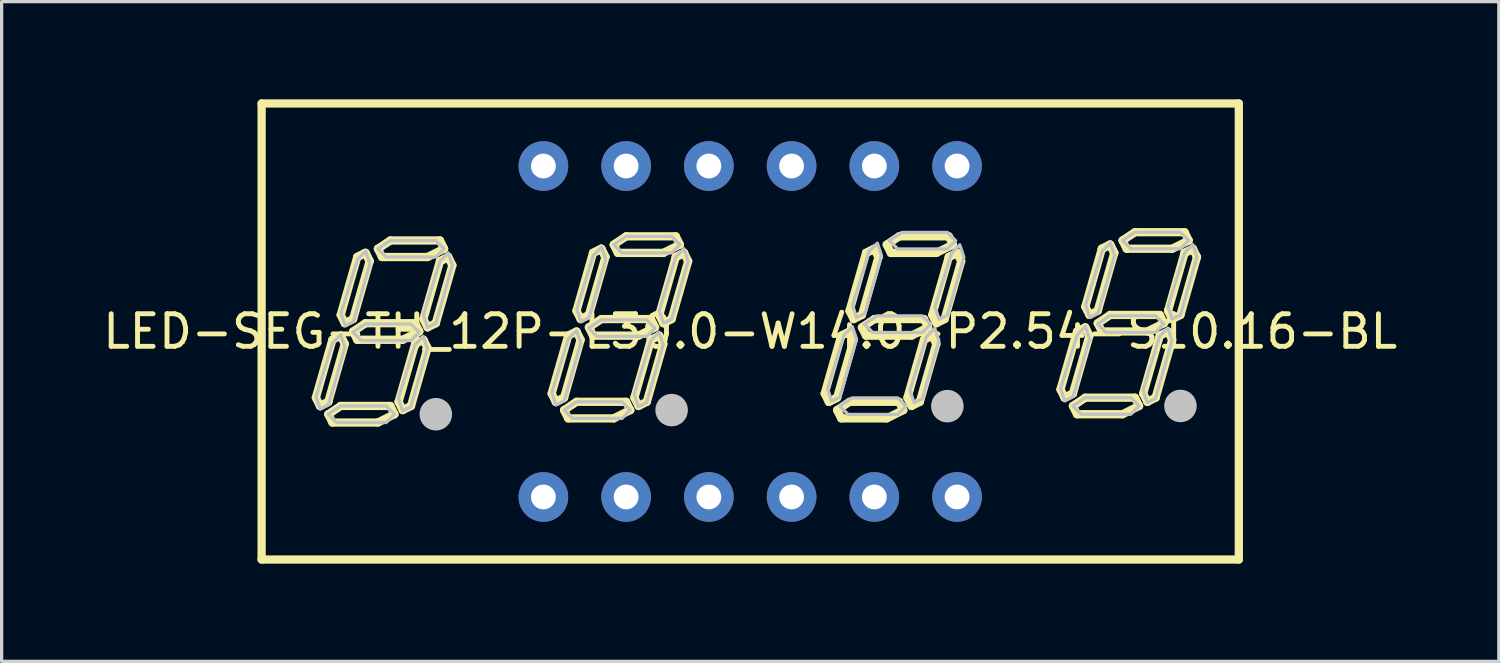
<source format=kicad_pcb>
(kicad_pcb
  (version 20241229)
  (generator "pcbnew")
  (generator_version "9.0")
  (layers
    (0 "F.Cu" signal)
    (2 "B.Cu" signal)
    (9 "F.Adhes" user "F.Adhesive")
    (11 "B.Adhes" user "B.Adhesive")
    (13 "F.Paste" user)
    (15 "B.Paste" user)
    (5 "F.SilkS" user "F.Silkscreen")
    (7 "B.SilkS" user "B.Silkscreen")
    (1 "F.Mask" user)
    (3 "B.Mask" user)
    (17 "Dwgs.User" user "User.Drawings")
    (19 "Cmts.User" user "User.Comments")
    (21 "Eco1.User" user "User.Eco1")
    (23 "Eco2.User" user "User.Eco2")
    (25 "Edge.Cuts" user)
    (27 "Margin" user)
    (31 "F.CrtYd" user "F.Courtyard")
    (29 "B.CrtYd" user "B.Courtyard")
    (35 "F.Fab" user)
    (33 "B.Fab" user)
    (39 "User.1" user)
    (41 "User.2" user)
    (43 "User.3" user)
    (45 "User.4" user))
  (footprint "LED-SEG-TH_12P-L30.0-W14.0-P2.54-S10.16-BL"
    (layer "F.Cu")
    (at 19.982 7.127)
    (property "Reference" "LED-SEG-TH_12P-L30.0-W14.0-P2.54-S10.16-BL" (at 0 0 0) (layer "F.SilkS") (effects (font (size 1 1) (thickness 0.15))))
    (fp_line (start -15 -7) (end -15 7) (stroke (width 0.254) (type default)) (layer "F.SilkS"))
    (fp_line (start -15 7) (end 15 7) (stroke (width 0.254) (type default)) (layer "F.SilkS"))
    (fp_line (start -13.335 2.032) (end -13.208 2.286) (stroke (width 0.254) (type default)) (layer "F.SilkS"))
    (fp_line (start -13.208 2.286) (end -12.954 2.159) (stroke (width 0.254) (type default)) (layer "F.SilkS"))
    (fp_line (start -13.208 2.286) (end -12.954 2.159) (stroke (width 0.254) (type default)) (layer "F.SilkS"))
    (fp_line (start -12.954 2.159) (end -12.446 0.381) (stroke (width 0.254) (type default)) (layer "F.SilkS"))
    (fp_line (start -12.954 2.54) (end -12.573 2.286) (stroke (width 0.254) (type default)) (layer "F.SilkS"))
    (fp_line (start -12.827 0.254) (end -13.335 2.032) (stroke (width 0.254) (type default)) (layer "F.SilkS"))
    (fp_line (start -12.827 2.794) (end -12.954 2.54) (stroke (width 0.254) (type default)) (layer "F.SilkS"))
    (fp_line (start -12.573 -0.508) (end -12.446 -0.254) (stroke (width 0.254) (type default)) (layer "F.SilkS"))
    (fp_line (start -12.573 0.127) (end -12.827 0.254) (stroke (width 0.254) (type default)) (layer "F.SilkS"))
    (fp_line (start -12.573 2.286) (end -11.049 2.286) (stroke (width 0.254) (type default)) (layer "F.SilkS"))
    (fp_line (start -12.446 -0.254) (end -12.192 -0.381) (stroke (width 0.254) (type default)) (layer "F.SilkS"))
    (fp_line (start -12.446 0.381) (end -12.573 0.127) (stroke (width 0.254) (type default)) (layer "F.SilkS"))
    (fp_line (start -12.192 -0.381) (end -11.684 -2.159) (stroke (width 0.254) (type default)) (layer "F.SilkS"))
    (fp_line (start -12.192 0) (end -11.811 -0.254) (stroke (width 0.254) (type default)) (layer "F.SilkS"))
    (fp_line (start -12.065 -2.286) (end -12.573 -0.508) (stroke (width 0.254) (type default)) (layer "F.SilkS"))
    (fp_line (start -12.065 -2.286) (end -11.811 -2.413) (stroke (width 0.254) (type default)) (layer "F.SilkS"))
    (fp_line (start -12.065 0.254) (end -12.192 0) (stroke (width 0.254) (type default)) (layer "F.SilkS"))
    (fp_line (start -11.811 -2.413) (end -12.065 -2.286) (stroke (width 0.254) (type default)) (layer "F.SilkS"))
    (fp_line (start -11.811 -2.413) (end -11.684 -2.159) (stroke (width 0.254) (type default)) (layer "F.SilkS"))
    (fp_line (start -11.811 -0.254) (end -10.287 -0.254) (stroke (width 0.254) (type default)) (layer "F.SilkS"))
    (fp_line (start -11.684 -2.159) (end -11.811 -2.413) (stroke (width 0.254) (type default)) (layer "F.SilkS"))
    (fp_line (start -11.43 -2.54) (end -11.049 -2.794) (stroke (width 0.254) (type default)) (layer "F.SilkS"))
    (fp_line (start -11.43 2.794) (end -12.827 2.794) (stroke (width 0.254) (type default)) (layer "F.SilkS"))
    (fp_line (start -11.303 -2.286) (end -11.43 -2.54) (stroke (width 0.254) (type default)) (layer "F.SilkS"))
    (fp_line (start -11.049 -2.794) (end -9.525 -2.794) (stroke (width 0.254) (type default)) (layer "F.SilkS"))
    (fp_line (start -11.049 2.286) (end -10.922 2.54) (stroke (width 0.254) (type default)) (layer "F.SilkS"))
    (fp_line (start -10.922 2.54) (end -11.43 2.794) (stroke (width 0.254) (type default)) (layer "F.SilkS"))
    (fp_line (start -10.795 2.159) (end -10.668 2.413) (stroke (width 0.254) (type default)) (layer "F.SilkS"))
    (fp_line (start -10.668 0.254) (end -12.065 0.254) (stroke (width 0.254) (type default)) (layer "F.SilkS"))
    (fp_line (start -10.668 2.413) (end -10.414 2.286) (stroke (width 0.254) (type default)) (layer "F.SilkS"))
    (fp_line (start -10.414 2.286) (end -9.906 0.508) (stroke (width 0.254) (type default)) (layer "F.SilkS"))
    (fp_line (start -10.287 -0.254) (end -10.16 0) (stroke (width 0.254) (type default)) (layer "F.SilkS"))
    (fp_line (start -10.287 0.381) (end -10.795 2.159) (stroke (width 0.254) (type default)) (layer "F.SilkS"))
    (fp_line (start -10.16 0) (end -10.668 0.254) (stroke (width 0.254) (type default)) (layer "F.SilkS"))
    (fp_line (start -10.033 -0.381) (end -9.525 -2.159) (stroke (width 0.254) (type default)) (layer "F.SilkS"))
    (fp_line (start -10.033 0.254) (end -10.287 0.381) (stroke (width 0.254) (type default)) (layer "F.SilkS"))
    (fp_line (start -9.906 -2.286) (end -11.303 -2.286) (stroke (width 0.254) (type default)) (layer "F.SilkS"))
    (fp_line (start -9.906 -0.127) (end -10.033 -0.381) (stroke (width 0.254) (type default)) (layer "F.SilkS"))
    (fp_line (start -9.906 0.508) (end -10.033 0.254) (stroke (width 0.254) (type default)) (layer "F.SilkS"))
    (fp_line (start -9.652 -0.254) (end -9.906 -0.127) (stroke (width 0.254) (type default)) (layer "F.SilkS"))
    (fp_line (start -9.525 -2.794) (end -9.398 -2.54) (stroke (width 0.254) (type default)) (layer "F.SilkS"))
    (fp_line (start -9.525 -2.159) (end -9.271 -2.286) (stroke (width 0.254) (type default)) (layer "F.SilkS"))
    (fp_line (start -9.398 -2.54) (end -9.906 -2.286) (stroke (width 0.254) (type default)) (layer "F.SilkS"))
    (fp_line (start -9.271 -2.286) (end -9.525 -2.159) (stroke (width 0.254) (type default)) (layer "F.SilkS"))
    (fp_line (start -9.271 -2.286) (end -9.144 -2.032) (stroke (width 0.254) (type default)) (layer "F.SilkS"))
    (fp_line (start -9.144 -2.032) (end -9.652 -0.254) (stroke (width 0.254) (type default)) (layer "F.SilkS"))
    (fp_line (start -6.096 1.905) (end -5.969 2.159) (stroke (width 0.254) (type default)) (layer "F.SilkS"))
    (fp_line (start -5.969 2.159) (end -5.715 2.032) (stroke (width 0.254) (type default)) (layer "F.SilkS"))
    (fp_line (start -5.969 2.159) (end -5.715 2.032) (stroke (width 0.254) (type default)) (layer "F.SilkS"))
    (fp_line (start -5.715 2.032) (end -5.207 0.254) (stroke (width 0.254) (type default)) (layer "F.SilkS"))
    (fp_line (start -5.715 2.413) (end -5.334 2.159) (stroke (width 0.254) (type default)) (layer "F.SilkS"))
    (fp_line (start -5.588 0.127) (end -6.096 1.905) (stroke (width 0.254) (type default)) (layer "F.SilkS"))
    (fp_line (start -5.588 2.667) (end -5.715 2.413) (stroke (width 0.254) (type default)) (layer "F.SilkS"))
    (fp_line (start -5.334 -0.635) (end -5.207 -0.381) (stroke (width 0.254) (type default)) (layer "F.SilkS"))
    (fp_line (start -5.334 0) (end -5.588 0.127) (stroke (width 0.254) (type default)) (layer "F.SilkS"))
    (fp_line (start -5.334 2.159) (end -3.81 2.159) (stroke (width 0.254) (type default)) (layer "F.SilkS"))
    (fp_line (start -5.207 -0.381) (end -4.953 -0.508) (stroke (width 0.254) (type default)) (layer "F.SilkS"))
    (fp_line (start -5.207 0.254) (end -5.334 0) (stroke (width 0.254) (type default)) (layer "F.SilkS"))
    (fp_line (start -4.953 -0.508) (end -4.445 -2.286) (stroke (width 0.254) (type default)) (layer "F.SilkS"))
    (fp_line (start -4.953 -0.127) (end -4.572 -0.381) (stroke (width 0.254) (type default)) (layer "F.SilkS"))
    (fp_line (start -4.826 -2.413) (end -5.334 -0.635) (stroke (width 0.254) (type default)) (layer "F.SilkS"))
    (fp_line (start -4.826 0.127) (end -4.953 -0.127) (stroke (width 0.254) (type default)) (layer "F.SilkS"))
    (fp_line (start -4.572 -2.54) (end -4.826 -2.413) (stroke (width 0.254) (type default)) (layer "F.SilkS"))
    (fp_line (start -4.572 -2.54) (end -4.826 -2.413) (stroke (width 0.254) (type default)) (layer "F.SilkS"))
    (fp_line (start -4.572 -0.381) (end -3.048 -0.381) (stroke (width 0.254) (type default)) (layer "F.SilkS"))
    (fp_line (start -4.445 -2.286) (end -4.572 -2.54) (stroke (width 0.254) (type default)) (layer "F.SilkS"))
    (fp_line (start -4.445 -2.286) (end -4.572 -2.54) (stroke (width 0.254) (type default)) (layer "F.SilkS"))
    (fp_line (start -4.191 -2.667) (end -3.81 -2.921) (stroke (width 0.254) (type default)) (layer "F.SilkS"))
    (fp_line (start -4.191 2.667) (end -5.588 2.667) (stroke (width 0.254) (type default)) (layer "F.SilkS"))
    (fp_line (start -4.064 -2.413) (end -4.191 -2.667) (stroke (width 0.254) (type default)) (layer "F.SilkS"))
    (fp_line (start -3.81 -2.921) (end -2.286 -2.921) (stroke (width 0.254) (type default)) (layer "F.SilkS"))
    (fp_line (start -3.81 2.159) (end -3.683 2.413) (stroke (width 0.254) (type default)) (layer "F.SilkS"))
    (fp_line (start -3.683 2.413) (end -4.191 2.667) (stroke (width 0.254) (type default)) (layer "F.SilkS"))
    (fp_line (start -3.556 2.032) (end -3.429 2.286) (stroke (width 0.254) (type default)) (layer "F.SilkS"))
    (fp_line (start -3.429 0.127) (end -4.826 0.127) (stroke (width 0.254) (type default)) (layer "F.SilkS"))
    (fp_line (start -3.429 2.286) (end -3.175 2.159) (stroke (width 0.254) (type default)) (layer "F.SilkS"))
    (fp_line (start -3.175 2.159) (end -2.667 0.381) (stroke (width 0.254) (type default)) (layer "F.SilkS"))
    (fp_line (start -3.048 -0.381) (end -2.921 -0.127) (stroke (width 0.254) (type default)) (layer "F.SilkS"))
    (fp_line (start -3.048 0.254) (end -3.556 2.032) (stroke (width 0.254) (type default)) (layer "F.SilkS"))
    (fp_line (start -2.921 -0.127) (end -3.429 0.127) (stroke (width 0.254) (type default)) (layer "F.SilkS"))
    (fp_line (start -2.794 -0.508) (end -2.667 -0.254) (stroke (width 0.254) (type default)) (layer "F.SilkS"))
    (fp_line (start -2.794 0.127) (end -3.048 0.254) (stroke (width 0.254) (type default)) (layer "F.SilkS"))
    (fp_line (start -2.667 -2.413) (end -4.064 -2.413) (stroke (width 0.254) (type default)) (layer "F.SilkS"))
    (fp_line (start -2.667 -0.254) (end -2.413 -0.381) (stroke (width 0.254) (type default)) (layer "F.SilkS"))
    (fp_line (start -2.667 0.381) (end -2.794 0.127) (stroke (width 0.254) (type default)) (layer "F.SilkS"))
    (fp_line (start -2.413 -0.381) (end -1.905 -2.159) (stroke (width 0.254) (type default)) (layer "F.SilkS"))
    (fp_line (start -2.286 -2.921) (end -2.159 -2.667) (stroke (width 0.254) (type default)) (layer "F.SilkS"))
    (fp_line (start -2.286 -2.286) (end -2.794 -0.508) (stroke (width 0.254) (type default)) (layer "F.SilkS"))
    (fp_line (start -2.286 -2.286) (end -2.032 -2.413) (stroke (width 0.254) (type default)) (layer "F.SilkS"))
    (fp_line (start -2.159 -2.667) (end -2.667 -2.413) (stroke (width 0.254) (type default)) (layer "F.SilkS"))
    (fp_line (start -2.032 -2.413) (end -2.286 -2.286) (stroke (width 0.254) (type default)) (layer "F.SilkS"))
    (fp_line (start -1.905 -2.159) (end -2.032 -2.413) (stroke (width 0.254) (type default)) (layer "F.SilkS"))
    (fp_line (start 2.286 1.905) (end 2.413 2.159) (stroke (width 0.254) (type default)) (layer "F.SilkS"))
    (fp_line (start 2.413 2.159) (end 2.667 2.032) (stroke (width 0.254) (type default)) (layer "F.SilkS"))
    (fp_line (start 2.413 2.159) (end 2.667 2.032) (stroke (width 0.254) (type default)) (layer "F.SilkS"))
    (fp_line (start 2.667 2.032) (end 3.175 0.254) (stroke (width 0.254) (type default)) (layer "F.SilkS"))
    (fp_line (start 2.667 2.413) (end 3.048 2.159) (stroke (width 0.254) (type default)) (layer "F.SilkS"))
    (fp_line (start 2.794 0.127) (end 2.286 1.905) (stroke (width 0.254) (type default)) (layer "F.SilkS"))
    (fp_line (start 2.794 2.667) (end 2.667 2.413) (stroke (width 0.254) (type default)) (layer "F.SilkS"))
    (fp_line (start 3.048 -0.635) (end 3.175 -0.381) (stroke (width 0.254) (type default)) (layer "F.SilkS"))
    (fp_line (start 3.048 0) (end 2.794 0.127) (stroke (width 0.254) (type default)) (layer "F.SilkS"))
    (fp_line (start 3.048 2.159) (end 4.572 2.159) (stroke (width 0.254) (type default)) (layer "F.SilkS"))
    (fp_line (start 3.175 -0.381) (end 3.429 -0.508) (stroke (width 0.254) (type default)) (layer "F.SilkS"))
    (fp_line (start 3.175 0.254) (end 3.048 0) (stroke (width 0.254) (type default)) (layer "F.SilkS"))
    (fp_line (start 3.429 -0.508) (end 3.937 -2.286) (stroke (width 0.254) (type default)) (layer "F.SilkS"))
    (fp_line (start 3.429 -0.127) (end 3.81 -0.381) (stroke (width 0.254) (type default)) (layer "F.SilkS"))
    (fp_line (start 3.556 -2.413) (end 3.048 -0.635) (stroke (width 0.254) (type default)) (layer "F.SilkS"))
    (fp_line (start 3.556 -2.413) (end 3.81 -2.54) (stroke (width 0.254) (type default)) (layer "F.SilkS"))
    (fp_line (start 3.556 0.127) (end 3.429 -0.127) (stroke (width 0.254) (type default)) (layer "F.SilkS"))
    (fp_line (start 3.81 -2.54) (end 3.556 -2.413) (stroke (width 0.254) (type default)) (layer "F.SilkS"))
    (fp_line (start 3.81 -2.54) (end 3.937 -2.286) (stroke (width 0.254) (type default)) (layer "F.SilkS"))
    (fp_line (start 3.81 -0.381) (end 5.334 -0.381) (stroke (width 0.254) (type default)) (layer "F.SilkS"))
    (fp_line (start 3.937 -2.286) (end 3.81 -2.54) (stroke (width 0.254) (type default)) (layer "F.SilkS"))
    (fp_line (start 4.191 -2.667) (end 4.572 -2.921) (stroke (width 0.254) (type default)) (layer "F.SilkS"))
    (fp_line (start 4.191 2.667) (end 2.794 2.667) (stroke (width 0.254) (type default)) (layer "F.SilkS"))
    (fp_line (start 4.318 -2.413) (end 4.191 -2.667) (stroke (width 0.254) (type default)) (layer "F.SilkS"))
    (fp_line (start 4.572 -2.921) (end 6.096 -2.921) (stroke (width 0.254) (type default)) (layer "F.SilkS"))
    (fp_line (start 4.572 2.159) (end 4.699 2.413) (stroke (width 0.254) (type default)) (layer "F.SilkS"))
    (fp_line (start 4.699 2.413) (end 4.191 2.667) (stroke (width 0.254) (type default)) (layer "F.SilkS"))
    (fp_line (start 4.826 2.032) (end 4.953 2.286) (stroke (width 0.254) (type default)) (layer "F.SilkS"))
    (fp_line (start 4.953 0.127) (end 3.556 0.127) (stroke (width 0.254) (type default)) (layer "F.SilkS"))
    (fp_line (start 4.953 2.286) (end 5.207 2.159) (stroke (width 0.254) (type default)) (layer "F.SilkS"))
    (fp_line (start 5.207 2.159) (end 5.715 0.381) (stroke (width 0.254) (type default)) (layer "F.SilkS"))
    (fp_line (start 5.334 -0.381) (end 5.461 -0.127) (stroke (width 0.254) (type default)) (layer "F.SilkS"))
    (fp_line (start 5.334 0.254) (end 4.826 2.032) (stroke (width 0.254) (type default)) (layer "F.SilkS"))
    (fp_line (start 5.461 -0.127) (end 4.953 0.127) (stroke (width 0.254) (type default)) (layer "F.SilkS"))
    (fp_line (start 5.588 -0.508) (end 6.096 -2.286) (stroke (width 0.254) (type default)) (layer "F.SilkS"))
    (fp_line (start 5.588 0.127) (end 5.334 0.254) (stroke (width 0.254) (type default)) (layer "F.SilkS"))
    (fp_line (start 5.715 -2.413) (end 4.318 -2.413) (stroke (width 0.254) (type default)) (layer "F.SilkS"))
    (fp_line (start 5.715 -0.254) (end 5.588 -0.508) (stroke (width 0.254) (type default)) (layer "F.SilkS"))
    (fp_line (start 5.715 0.381) (end 5.588 0.127) (stroke (width 0.254) (type default)) (layer "F.SilkS"))
    (fp_line (start 5.969 -0.381) (end 5.715 -0.254) (stroke (width 0.254) (type default)) (layer "F.SilkS"))
    (fp_line (start 6.096 -2.921) (end 6.223 -2.667) (stroke (width 0.254) (type default)) (layer "F.SilkS"))
    (fp_line (start 6.096 -2.286) (end 6.35 -2.413) (stroke (width 0.254) (type default)) (layer "F.SilkS"))
    (fp_line (start 6.223 -2.667) (end 5.715 -2.413) (stroke (width 0.254) (type default)) (layer "F.SilkS"))
    (fp_line (start 6.35 -2.413) (end 6.096 -2.286) (stroke (width 0.254) (type default)) (layer "F.SilkS"))
    (fp_line (start 6.35 -2.413) (end 6.477 -2.159) (stroke (width 0.254) (type default)) (layer "F.SilkS"))
    (fp_line (start 6.477 -2.159) (end 5.969 -0.381) (stroke (width 0.254) (type default)) (layer "F.SilkS"))
    (fp_line (start 9.525 1.778) (end 9.652 2.032) (stroke (width 0.254) (type default)) (layer "F.SilkS"))
    (fp_line (start 9.652 2.032) (end 9.906 1.905) (stroke (width 0.254) (type default)) (layer "F.SilkS"))
    (fp_line (start 9.652 2.032) (end 9.906 1.905) (stroke (width 0.254) (type default)) (layer "F.SilkS"))
    (fp_line (start 9.906 1.905) (end 10.414 0.127) (stroke (width 0.254) (type default)) (layer "F.SilkS"))
    (fp_line (start 9.906 2.286) (end 10.287 2.032) (stroke (width 0.254) (type default)) (layer "F.SilkS"))
    (fp_line (start 10.033 0) (end 9.525 1.778) (stroke (width 0.254) (type default)) (layer "F.SilkS"))
    (fp_line (start 10.033 2.54) (end 9.906 2.286) (stroke (width 0.254) (type default)) (layer "F.SilkS"))
    (fp_line (start 10.287 -0.762) (end 10.414 -0.508) (stroke (width 0.254) (type default)) (layer "F.SilkS"))
    (fp_line (start 10.287 -0.127) (end 10.033 0) (stroke (width 0.254) (type default)) (layer "F.SilkS"))
    (fp_line (start 10.287 2.032) (end 11.811 2.032) (stroke (width 0.254) (type default)) (layer "F.SilkS"))
    (fp_line (start 10.414 -0.508) (end 10.668 -0.635) (stroke (width 0.254) (type default)) (layer "F.SilkS"))
    (fp_line (start 10.414 0.127) (end 10.287 -0.127) (stroke (width 0.254) (type default)) (layer "F.SilkS"))
    (fp_line (start 10.668 -0.635) (end 11.176 -2.413) (stroke (width 0.254) (type default)) (layer "F.SilkS"))
    (fp_line (start 10.668 -0.254) (end 11.049 -0.508) (stroke (width 0.254) (type default)) (layer "F.SilkS"))
    (fp_line (start 10.795 -2.54) (end 10.287 -0.762) (stroke (width 0.254) (type default)) (layer "F.SilkS"))
    (fp_line (start 10.795 0) (end 10.668 -0.254) (stroke (width 0.254) (type default)) (layer "F.SilkS"))
    (fp_line (start 11.049 -2.667) (end 10.795 -2.54) (stroke (width 0.254) (type default)) (layer "F.SilkS"))
    (fp_line (start 11.049 -2.667) (end 10.795 -2.54) (stroke (width 0.254) (type default)) (layer "F.SilkS"))
    (fp_line (start 11.049 -0.508) (end 12.573 -0.508) (stroke (width 0.254) (type default)) (layer "F.SilkS"))
    (fp_line (start 11.176 -2.413) (end 11.049 -2.667) (stroke (width 0.254) (type default)) (layer "F.SilkS"))
    (fp_line (start 11.176 -2.413) (end 11.049 -2.667) (stroke (width 0.254) (type default)) (layer "F.SilkS"))
    (fp_line (start 11.43 -2.794) (end 11.811 -3.048) (stroke (width 0.254) (type default)) (layer "F.SilkS"))
    (fp_line (start 11.43 2.54) (end 10.033 2.54) (stroke (width 0.254) (type default)) (layer "F.SilkS"))
    (fp_line (start 11.557 -2.54) (end 11.43 -2.794) (stroke (width 0.254) (type default)) (layer "F.SilkS"))
    (fp_line (start 11.811 -3.048) (end 13.335 -3.048) (stroke (width 0.254) (type default)) (layer "F.SilkS"))
    (fp_line (start 11.811 2.032) (end 11.938 2.286) (stroke (width 0.254) (type default)) (layer "F.SilkS"))
    (fp_line (start 11.938 2.286) (end 11.43 2.54) (stroke (width 0.254) (type default)) (layer "F.SilkS"))
    (fp_line (start 12.065 1.905) (end 12.192 2.159) (stroke (width 0.254) (type default)) (layer "F.SilkS"))
    (fp_line (start 12.192 0) (end 10.795 0) (stroke (width 0.254) (type default)) (layer "F.SilkS"))
    (fp_line (start 12.192 2.159) (end 12.446 2.032) (stroke (width 0.254) (type default)) (layer "F.SilkS"))
    (fp_line (start 12.446 2.032) (end 12.954 0.254) (stroke (width 0.254) (type default)) (layer "F.SilkS"))
    (fp_line (start 12.573 -0.508) (end 12.7 -0.254) (stroke (width 0.254) (type default)) (layer "F.SilkS"))
    (fp_line (start 12.573 0.127) (end 12.065 1.905) (stroke (width 0.254) (type default)) (layer "F.SilkS"))
    (fp_line (start 12.7 -0.254) (end 12.192 0) (stroke (width 0.254) (type default)) (layer "F.SilkS"))
    (fp_line (start 12.827 -0.635) (end 12.954 -0.381) (stroke (width 0.254) (type default)) (layer "F.SilkS"))
    (fp_line (start 12.827 0) (end 12.573 0.127) (stroke (width 0.254) (type default)) (layer "F.SilkS"))
    (fp_line (start 12.954 -2.54) (end 11.557 -2.54) (stroke (width 0.254) (type default)) (layer "F.SilkS"))
    (fp_line (start 12.954 -0.381) (end 13.208 -0.508) (stroke (width 0.254) (type default)) (layer "F.SilkS"))
    (fp_line (start 12.954 0.254) (end 12.827 0) (stroke (width 0.254) (type default)) (layer "F.SilkS"))
    (fp_line (start 13.208 -0.508) (end 13.716 -2.286) (stroke (width 0.254) (type default)) (layer "F.SilkS"))
    (fp_line (start 13.335 -3.048) (end 13.462 -2.794) (stroke (width 0.254) (type default)) (layer "F.SilkS"))
    (fp_line (start 13.335 -2.413) (end 12.827 -0.635) (stroke (width 0.254) (type default)) (layer "F.SilkS"))
    (fp_line (start 13.335 -2.413) (end 13.589 -2.54) (stroke (width 0.254) (type default)) (layer "F.SilkS"))
    (fp_line (start 13.462 -2.794) (end 12.954 -2.54) (stroke (width 0.254) (type default)) (layer "F.SilkS"))
    (fp_line (start 13.589 -2.54) (end 13.335 -2.413) (stroke (width 0.254) (type default)) (layer "F.SilkS"))
    (fp_line (start 13.716 -2.286) (end 13.589 -2.54) (stroke (width 0.254) (type default)) (layer "F.SilkS"))
    (fp_line (start 15 -7) (end -15 -7) (stroke (width 0.254) (type default)) (layer "F.SilkS"))
    (fp_line (start 15 7) (end 15 -7) (stroke (width 0.254) (type default)) (layer "F.SilkS"))
    (fp_arc (start -9.7005 2.3595) (mid -9.703 2.719517) (end -9.7055 2.3595) (stroke (width 0.254) (type default)) (layer "F.SilkS"))
    (fp_arc (start -2.4615 2.2325) (mid -2.464 2.592517) (end -2.4665 2.2325) (stroke (width 0.254) (type default)) (layer "F.SilkS"))
    (fp_arc (start 5.9205 2.2325) (mid 5.918 2.592517) (end 5.9155 2.2325) (stroke (width 0.254) (type default)) (layer "F.SilkS"))
    (fp_arc (start 13.1595 2.1055) (mid 13.157 2.465517) (end 13.1545 2.1055) (stroke (width 0.254) (type default)) (layer "F.SilkS"))
    (fp_circle (center -9.652 2.54) (end -9.402 2.54) (stroke (width 0.5) (type default)) (fill no) (layer "Dwgs.User"))
    (fp_circle (center -2.413 2.413) (end -2.163 2.413) (stroke (width 0.5) (type default)) (fill no) (layer "Dwgs.User"))
    (fp_circle (center 6.052 2.292) (end 6.302 2.292) (stroke (width 0.5) (type default)) (fill no) (layer "Dwgs.User"))
    (fp_circle (center 13.208 2.286) (end 13.458 2.286) (stroke (width 0.5) (type default)) (fill no) (layer "Dwgs.User"))
    (fp_poly (pts (xy -12.954 2.54) (xy -12.7 2.794) (xy -11.43 2.794) (xy -11.176 2.794) (xy -10.922 2.54) (xy -11.176 2.286) (xy -12.573 2.286)) (stroke (width 0.1) (type default)) (fill no) (layer "Dwgs.User"))
    (fp_poly (pts (xy -12.696 0.227) (xy -12.823 0.353) (xy -13.331 2.005) (xy -13.204 2.385) (xy -12.95 2.259) (xy -12.442 0.48) (xy -12.569 0.1)) (stroke (width 0.1) (type default)) (fill no) (layer "Dwgs.User"))
    (fp_poly (pts (xy -12.197 0.024) (xy -11.943 0.278) (xy -10.673 0.278) (xy -10.419 0.278) (xy -10.165 0.024) (xy -10.419 -0.231) (xy -11.816 -0.231)) (stroke (width 0.1) (type default)) (fill no) (layer "Dwgs.User"))
    (fp_poly (pts (xy -11.929 -2.337) (xy -12.056 -2.21) (xy -12.564 -0.559) (xy -12.437 -0.178) (xy -12.183 -0.305) (xy -11.675 -2.083) (xy -11.802 -2.464)) (stroke (width 0.1) (type default)) (fill no) (layer "Dwgs.User"))
    (fp_poly (pts (xy -11.43 -2.54) (xy -11.176 -2.286) (xy -9.906 -2.286) (xy -9.652 -2.286) (xy -9.398 -2.54) (xy -9.652 -2.794) (xy -11.049 -2.794)) (stroke (width 0.1) (type default)) (fill no) (layer "Dwgs.User"))
    (fp_poly (pts (xy -10.165 0.278) (xy -10.292 0.405) (xy -10.8 2.055) (xy -10.673 2.437) (xy -10.419 2.309) (xy -9.911 0.531) (xy -10.038 0.15)) (stroke (width 0.1) (type default)) (fill no) (layer "Dwgs.User"))
    (fp_poly (pts (xy -9.398 -2.286) (xy -9.525 -2.159) (xy -10.033 -0.508) (xy -9.906 -0.127) (xy -9.652 -0.254) (xy -9.144 -2.032) (xy -9.271 -2.413)) (stroke (width 0.1) (type default)) (fill no) (layer "Dwgs.User"))
    (fp_poly (pts (xy -5.715 2.413) (xy -5.461 2.667) (xy -4.191 2.667) (xy -3.937 2.667) (xy -3.683 2.413) (xy -3.937 2.159) (xy -5.334 2.159)) (stroke (width 0.1) (type default)) (fill no) (layer "Dwgs.User"))
    (fp_poly (pts (xy -5.457 0.1) (xy -5.584 0.227) (xy -6.092 1.877) (xy -5.965 2.259) (xy -5.711 2.131) (xy -5.203 0.353) (xy -5.33 -0.028)) (stroke (width 0.1) (type default)) (fill no) (layer "Dwgs.User"))
    (fp_poly (pts (xy -4.958 -0.103) (xy -4.704 0.15) (xy -3.434 0.15) (xy -3.18 0.15) (xy -2.926 -0.103) (xy -3.18 -0.357) (xy -4.577 -0.357)) (stroke (width 0.1) (type default)) (fill no) (layer "Dwgs.User"))
    (fp_poly (pts (xy -4.69 -2.464) (xy -4.817 -2.337) (xy -5.325 -0.686) (xy -5.198 -0.305) (xy -4.944 -0.432) (xy -4.436 -2.21) (xy -4.563 -2.591)) (stroke (width 0.1) (type default)) (fill no) (layer "Dwgs.User"))
    (fp_poly (pts (xy -4.191 -2.667) (xy -3.937 -2.413) (xy -2.667 -2.413) (xy -2.413 -2.413) (xy -2.159 -2.667) (xy -2.413 -2.921) (xy -3.81 -2.921)) (stroke (width 0.1) (type default)) (fill no) (layer "Dwgs.User"))
    (fp_poly (pts (xy -2.926 0.15) (xy -3.053 0.278) (xy -3.561 1.929) (xy -3.434 2.309) (xy -3.18 2.183) (xy -2.672 0.405) (xy -2.799 0.024)) (stroke (width 0.1) (type default)) (fill no) (layer "Dwgs.User"))
    (fp_poly (pts (xy -2.159 -2.413) (xy -2.286 -2.286) (xy -2.794 -0.635) (xy -2.667 -0.254) (xy -2.413 -0.381) (xy -1.905 -2.159) (xy -2.032 -2.54)) (stroke (width 0.1) (type default)) (fill no) (layer "Dwgs.User"))
    (fp_poly (pts (xy 2.75 2.292) (xy 3.004 2.546) (xy 4.274 2.546) (xy 4.528 2.546) (xy 4.782 2.292) (xy 4.528 2.038) (xy 3.131 2.038)) (stroke (width 0.1) (type default)) (fill no) (layer "Dwgs.User"))
    (fp_poly (pts (xy 3.008 -0.021) (xy 2.881 0.106) (xy 2.373 1.757) (xy 2.5 2.138) (xy 2.754 2.011) (xy 3.262 0.233) (xy 3.135 -0.148)) (stroke (width 0.1) (type default)) (fill no) (layer "Dwgs.User"))
    (fp_poly (pts (xy 3.507 -0.224) (xy 3.761 0.03) (xy 5.031 0.03) (xy 5.285 0.03) (xy 5.539 -0.224) (xy 5.285 -0.478) (xy 3.888 -0.478)) (stroke (width 0.1) (type default)) (fill no) (layer "Dwgs.User"))
    (fp_poly (pts (xy 3.775 -2.584) (xy 3.648 -2.458) (xy 3.14 -0.806) (xy 3.267 -0.425) (xy 3.521 -0.552) (xy 4.029 -2.33) (xy 3.902 -2.712)) (stroke (width 0.1) (type default)) (fill no) (layer "Dwgs.User"))
    (fp_poly (pts (xy 4.274 -2.788) (xy 4.528 -2.534) (xy 5.798 -2.534) (xy 6.052 -2.534) (xy 6.306 -2.788) (xy 6.052 -3.042) (xy 4.655 -3.042)) (stroke (width 0.1) (type default)) (fill no) (layer "Dwgs.User"))
    (fp_poly (pts (xy 5.539 0.03) (xy 5.412 0.157) (xy 4.904 1.808) (xy 5.031 2.189) (xy 5.285 2.062) (xy 5.793 0.284) (xy 5.666 -0.097)) (stroke (width 0.1) (type default)) (fill no) (layer "Dwgs.User"))
    (fp_poly (pts (xy 6.306 -2.534) (xy 6.179 -2.406) (xy 5.671 -0.755) (xy 5.798 -0.374) (xy 6.052 -0.501) (xy 6.56 -2.28) (xy 6.433 -2.66)) (stroke (width 0.1) (type default)) (fill no) (layer "Dwgs.User"))
    (fp_poly (pts (xy 9.906 2.286) (xy 10.16 2.54) (xy 11.43 2.54) (xy 11.684 2.54) (xy 11.938 2.286) (xy 11.684 2.032) (xy 10.287 2.032)) (stroke (width 0.1) (type default)) (fill no) (layer "Dwgs.User"))
    (fp_poly (pts (xy 10.164 -0.028) (xy 10.037 0.1) (xy 9.529 1.75) (xy 9.656 2.131) (xy 9.91 2.005) (xy 10.418 0.227) (xy 10.291 -0.154)) (stroke (width 0.1) (type default)) (fill no) (layer "Dwgs.User"))
    (fp_poly (pts (xy 10.663 -0.231) (xy 10.917 0.024) (xy 12.187 0.024) (xy 12.441 0.024) (xy 12.695 -0.231) (xy 12.441 -0.484) (xy 11.044 -0.484)) (stroke (width 0.1) (type default)) (fill no) (layer "Dwgs.User"))
    (fp_poly (pts (xy 10.931 -2.591) (xy 10.804 -2.464) (xy 10.296 -0.813) (xy 10.423 -0.432) (xy 10.677 -0.559) (xy 11.185 -2.337) (xy 11.058 -2.718)) (stroke (width 0.1) (type default)) (fill no) (layer "Dwgs.User"))
    (fp_poly (pts (xy 11.43 -2.794) (xy 11.684 -2.54) (xy 12.954 -2.54) (xy 13.208 -2.54) (xy 13.462 -2.794) (xy 13.208 -3.048) (xy 11.811 -3.048)) (stroke (width 0.1) (type default)) (fill no) (layer "Dwgs.User"))
    (fp_poly (pts (xy 12.695 0.024) (xy 12.568 0.15) (xy 12.06 1.802) (xy 12.187 2.183) (xy 12.441 2.055) (xy 12.949 0.278) (xy 12.822 -0.103)) (stroke (width 0.1) (type default)) (fill no) (layer "Dwgs.User"))
    (fp_poly (pts (xy 13.462 -2.54) (xy 13.335 -2.413) (xy 12.827 -0.762) (xy 12.954 -0.381) (xy 13.208 -0.508) (xy 13.716 -2.286) (xy 13.589 -2.667)) (stroke (width 0.1) (type default)) (fill no) (layer "Dwgs.User"))
    (fp_poly (pts (xy -6.125 -5.08) (xy -6.142 -5.166) (xy -6.191 -5.239) (xy -6.264 -5.288) (xy -6.35 -5.305) (xy -6.436 -5.288) (xy -6.509 -5.239) (xy -6.558 -5.166) (xy -6.575 -5.08) (xy -6.558 -4.994) (xy -6.509 -4.921) (xy -6.436 -4.872) (xy -6.35 -4.855) (xy -6.264 -4.872) (xy -6.191 -4.921) (xy -6.142 -4.994)) (stroke (width 0.1) (type default)) (fill no) (layer "User.1"))
    (fp_poly (pts (xy -6.125 5.08) (xy -6.142 4.994) (xy -6.191 4.921) (xy -6.264 4.872) (xy -6.35 4.855) (xy -6.436 4.872) (xy -6.509 4.921) (xy -6.558 4.994) (xy -6.575 5.08) (xy -6.558 5.166) (xy -6.509 5.239) (xy -6.436 5.288) (xy -6.35 5.305) (xy -6.264 5.288) (xy -6.191 5.239) (xy -6.142 5.166)) (stroke (width 0.1) (type default)) (fill no) (layer "User.1"))
    (fp_poly (pts (xy -3.585 -5.08) (xy -3.602 -5.166) (xy -3.651 -5.239) (xy -3.724 -5.288) (xy -3.81 -5.305) (xy -3.896 -5.288) (xy -3.969 -5.239) (xy -4.018 -5.166) (xy -4.035 -5.08) (xy -4.018 -4.994) (xy -3.969 -4.921) (xy -3.896 -4.872) (xy -3.81 -4.855) (xy -3.724 -4.872) (xy -3.651 -4.921) (xy -3.602 -4.994)) (stroke (width 0.1) (type default)) (fill no) (layer "User.1"))
    (fp_poly (pts (xy -3.585 5.08) (xy -3.602 4.994) (xy -3.651 4.921) (xy -3.724 4.872) (xy -3.81 4.855) (xy -3.896 4.872) (xy -3.969 4.921) (xy -4.018 4.994) (xy -4.035 5.08) (xy -4.018 5.166) (xy -3.969 5.239) (xy -3.896 5.288) (xy -3.81 5.305) (xy -3.724 5.288) (xy -3.651 5.239) (xy -3.602 5.166)) (stroke (width 0.1) (type default)) (fill no) (layer "User.1"))
    (fp_poly (pts (xy -1.045 -5.08) (xy -1.062 -5.166) (xy -1.111 -5.239) (xy -1.184 -5.288) (xy -1.27 -5.305) (xy -1.356 -5.288) (xy -1.429 -5.239) (xy -1.478 -5.166) (xy -1.495 -5.08) (xy -1.478 -4.994) (xy -1.429 -4.921) (xy -1.356 -4.872) (xy -1.27 -4.855) (xy -1.184 -4.872) (xy -1.111 -4.921) (xy -1.062 -4.994)) (stroke (width 0.1) (type default)) (fill no) (layer "User.1"))
    (fp_poly (pts (xy -1.045 5.08) (xy -1.062 4.994) (xy -1.111 4.921) (xy -1.184 4.872) (xy -1.27 4.855) (xy -1.356 4.872) (xy -1.429 4.921) (xy -1.478 4.994) (xy -1.495 5.08) (xy -1.478 5.166) (xy -1.429 5.239) (xy -1.356 5.288) (xy -1.27 5.305) (xy -1.184 5.288) (xy -1.111 5.239) (xy -1.062 5.166)) (stroke (width 0.1) (type default)) (fill no) (layer "User.1"))
    (fp_poly (pts (xy 1.495 -5.08) (xy 1.478 -5.166) (xy 1.429 -5.239) (xy 1.356 -5.288) (xy 1.27 -5.305) (xy 1.184 -5.288) (xy 1.111 -5.239) (xy 1.062 -5.166) (xy 1.045 -5.08) (xy 1.062 -4.994) (xy 1.111 -4.921) (xy 1.184 -4.872) (xy 1.27 -4.855) (xy 1.356 -4.872) (xy 1.429 -4.921) (xy 1.478 -4.994)) (stroke (width 0.1) (type default)) (fill no) (layer "User.1"))
    (fp_poly (pts (xy 1.495 5.08) (xy 1.478 4.994) (xy 1.429 4.921) (xy 1.356 4.872) (xy 1.27 4.855) (xy 1.184 4.872) (xy 1.111 4.921) (xy 1.062 4.994) (xy 1.045 5.08) (xy 1.062 5.166) (xy 1.111 5.239) (xy 1.184 5.288) (xy 1.27 5.305) (xy 1.356 5.288) (xy 1.429 5.239) (xy 1.478 5.166)) (stroke (width 0.1) (type default)) (fill no) (layer "User.1"))
    (fp_poly (pts (xy 4.035 -5.08) (xy 4.018 -5.166) (xy 3.969 -5.239) (xy 3.896 -5.288) (xy 3.81 -5.305) (xy 3.724 -5.288) (xy 3.651 -5.239) (xy 3.602 -5.166) (xy 3.585 -5.08) (xy 3.602 -4.994) (xy 3.651 -4.921) (xy 3.724 -4.872) (xy 3.81 -4.855) (xy 3.896 -4.872) (xy 3.969 -4.921) (xy 4.018 -4.994)) (stroke (width 0.1) (type default)) (fill no) (layer "User.1"))
    (fp_poly (pts (xy 4.035 5.08) (xy 4.018 4.994) (xy 3.969 4.921) (xy 3.896 4.872) (xy 3.81 4.855) (xy 3.724 4.872) (xy 3.651 4.921) (xy 3.602 4.994) (xy 3.585 5.08) (xy 3.602 5.166) (xy 3.651 5.239) (xy 3.724 5.288) (xy 3.81 5.305) (xy 3.896 5.288) (xy 3.969 5.239) (xy 4.018 5.166)) (stroke (width 0.1) (type default)) (fill no) (layer "User.1"))
    (fp_poly (pts (xy 6.575 -5.08) (xy 6.558 -5.166) (xy 6.509 -5.239) (xy 6.436 -5.288) (xy 6.35 -5.305) (xy 6.264 -5.288) (xy 6.191 -5.239) (xy 6.142 -5.166) (xy 6.125 -5.08) (xy 6.142 -4.994) (xy 6.191 -4.921) (xy 6.264 -4.872) (xy 6.35 -4.855) (xy 6.436 -4.872) (xy 6.509 -4.921) (xy 6.558 -4.994)) (stroke (width 0.1) (type default)) (fill no) (layer "User.1"))
    (fp_poly (pts (xy 6.575 5.08) (xy 6.558 4.994) (xy 6.509 4.921) (xy 6.436 4.872) (xy 6.35 4.855) (xy 6.264 4.872) (xy 6.191 4.921) (xy 6.142 4.994) (xy 6.125 5.08) (xy 6.142 5.166) (xy 6.191 5.239) (xy 6.264 5.288) (xy 6.35 5.305) (xy 6.436 5.288) (xy 6.509 5.239) (xy 6.558 5.166)) (stroke (width 0.1) (type default)) (fill no) (layer "User.1"))
    (fp_line (start -15 -7) (end 15 -7) (stroke (width 0.051) (type default)) (layer "User.2"))
    (fp_line (start -15 7) (end -15 -7) (stroke (width 0.051) (type default)) (layer "User.2"))
    (fp_line (start 15 -7) (end 15 7) (stroke (width 0.051) (type default)) (layer "User.2"))
    (fp_line (start 15 7) (end -15 7) (stroke (width 0.051) (type default)) (layer "User.2"))
    (fp_poly (pts (xy -14.94 7) (xy -14.958 6.958) (xy -15 6.94) (xy -15.042 6.958) (xy -15.06 7) (xy -15.042 7.042) (xy -15 7.06) (xy -14.958 7.042)) (stroke (width 0.1) (type default)) (fill no) (layer "User.3"))
    (pad "1" thru_hole circle (at -6.35 5.08) (size 1.524 1.524) (drill 0.762) (layers "*.Cu" "*.Mask"))
    (pad "2" thru_hole circle (at -3.81 5.08) (size 1.524 1.524) (drill 0.762) (layers "*.Cu" "*.Mask"))
    (pad "3" thru_hole circle (at -1.27 5.08) (size 1.524 1.524) (drill 0.762) (layers "*.Cu" "*.Mask"))
    (pad "4" thru_hole circle (at 1.27 5.08) (size 1.524 1.524) (drill 0.762) (layers "*.Cu" "*.Mask"))
    (pad "5" thru_hole circle (at 3.81 5.08) (size 1.524 1.524) (drill 0.762) (layers "*.Cu" "*.Mask"))
    (pad "6" thru_hole circle (at 6.35 5.08) (size 1.524 1.524) (drill 0.762) (layers "*.Cu" "*.Mask"))
    (pad "7" thru_hole circle (at 6.35 -5.08) (size 1.524 1.524) (drill 0.762) (layers "*.Cu" "*.Mask"))
    (pad "8" thru_hole circle (at 3.81 -5.08) (size 1.524 1.524) (drill 0.762) (layers "*.Cu" "*.Mask"))
    (pad "9" thru_hole circle (at 1.27 -5.08) (size 1.524 1.524) (drill 0.762) (layers "*.Cu" "*.Mask"))
    (pad "10" thru_hole circle (at -1.27 -5.08) (size 1.524 1.524) (drill 0.762) (layers "*.Cu" "*.Mask"))
    (pad "11" thru_hole circle (at -3.81 -5.08) (size 1.524 1.524) (drill 0.762) (layers "*.Cu" "*.Mask"))
    (pad "12" thru_hole circle (at -6.35 -5.08) (size 1.524 1.524) (drill 0.762) (layers "*.Cu" "*.Mask")))
  (gr_rect
    (start -3 -3)
    (end 42.964 17.254)
    (stroke (width 0.1) (type default))
    (fill no)
    (layer "Edge.Cuts")))
</source>
